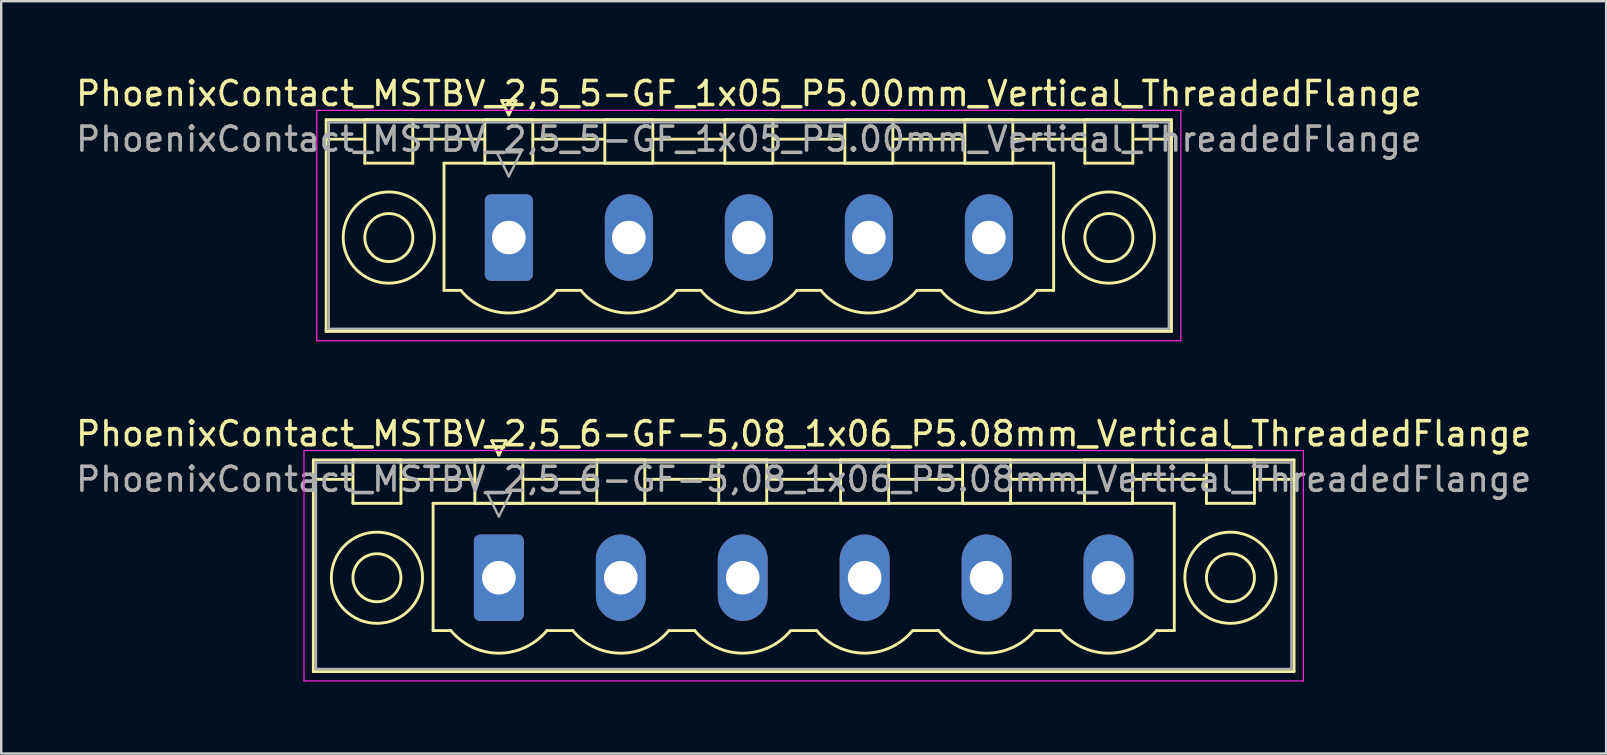
<source format=kicad_pcb>
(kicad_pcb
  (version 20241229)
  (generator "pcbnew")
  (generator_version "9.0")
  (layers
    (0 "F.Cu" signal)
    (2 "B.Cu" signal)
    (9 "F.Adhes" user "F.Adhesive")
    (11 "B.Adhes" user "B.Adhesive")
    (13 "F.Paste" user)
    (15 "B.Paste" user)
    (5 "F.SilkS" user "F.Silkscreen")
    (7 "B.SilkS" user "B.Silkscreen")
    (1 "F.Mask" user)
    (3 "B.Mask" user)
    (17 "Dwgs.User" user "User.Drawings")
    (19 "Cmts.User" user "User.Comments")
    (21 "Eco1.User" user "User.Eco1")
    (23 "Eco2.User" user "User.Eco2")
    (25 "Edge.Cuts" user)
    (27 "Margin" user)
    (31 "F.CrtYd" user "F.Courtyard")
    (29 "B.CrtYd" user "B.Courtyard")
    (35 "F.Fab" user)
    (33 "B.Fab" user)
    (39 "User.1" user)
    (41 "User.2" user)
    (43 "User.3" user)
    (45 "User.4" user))
  (footprint "PhoenixContact_MSTBV_2,5_6-GF-5,08_1x06_P5.08mm_Vertical_ThreadedFlange"
    (layer "F.Cu")
    (at 17.735 21.021)
    (property "Reference" "PhoenixContact_MSTBV_2,5_6-GF-5,08_1x06_P5.08mm_Vertical_ThreadedFlange" (at 12.7 -6 0) (layer "F.SilkS") (effects (font (size 1 1) (thickness 0.15))))
    (attr through_hole)
    (fp_line (start -7.73 -4.91) (end -7.73 3.91) (stroke (width 0.12) (type solid)) (layer "F.SilkS"))
    (fp_line (start -7.73 -4.1) (end -6.19 -4.1) (stroke (width 0.12) (type solid)) (layer "F.SilkS"))
    (fp_line (start -7.73 3.91) (end 33.13 3.91) (stroke (width 0.12) (type solid)) (layer "F.SilkS"))
    (fp_line (start -6.08 -4.91) (end -4.08 -4.91) (stroke (width 0.12) (type solid)) (layer "F.SilkS"))
    (fp_line (start -6.08 -3.1) (end -6.08 -4.91) (stroke (width 0.12) (type solid)) (layer "F.SilkS"))
    (fp_line (start -4.08 -4.91) (end -4.08 -3.1) (stroke (width 0.12) (type solid)) (layer "F.SilkS"))
    (fp_line (start -4.08 -4.1) (end -1 -4.1) (stroke (width 0.12) (type solid)) (layer "F.SilkS"))
    (fp_line (start -4.08 -3.1) (end -6.08 -3.1) (stroke (width 0.12) (type solid)) (layer "F.SilkS"))
    (fp_line (start -2.74 -3.1) (end 28.14 -3.1) (stroke (width 0.12) (type solid)) (layer "F.SilkS"))
    (fp_line (start -2.74 2.2) (end -2.74 -3.1) (stroke (width 0.12) (type solid)) (layer "F.SilkS"))
    (fp_line (start -2 2.2) (end -2.74 2.2) (stroke (width 0.12) (type solid)) (layer "F.SilkS"))
    (fp_line (start -1 -4.91) (end 1 -4.91) (stroke (width 0.12) (type solid)) (layer "F.SilkS"))
    (fp_line (start -1 -3.1) (end -1 -4.91) (stroke (width 0.12) (type solid)) (layer "F.SilkS"))
    (fp_line (start -0.3 -5.71) (end 0.3 -5.71) (stroke (width 0.12) (type solid)) (layer "F.SilkS"))
    (fp_line (start 0 -5.11) (end -0.3 -5.71) (stroke (width 0.12) (type solid)) (layer "F.SilkS"))
    (fp_line (start 0.3 -5.71) (end 0 -5.11) (stroke (width 0.12) (type solid)) (layer "F.SilkS"))
    (fp_line (start 1 -4.91) (end 1 -3.1) (stroke (width 0.12) (type solid)) (layer "F.SilkS"))
    (fp_line (start 1 -4.1) (end 4.08 -4.1) (stroke (width 0.12) (type solid)) (layer "F.SilkS"))
    (fp_line (start 1 -3.1) (end -1 -3.1) (stroke (width 0.12) (type solid)) (layer "F.SilkS"))
    (fp_line (start 2 2.2) (end 3.08 2.2) (stroke (width 0.12) (type solid)) (layer "F.SilkS"))
    (fp_line (start 4.08 -4.91) (end 6.08 -4.91) (stroke (width 0.12) (type solid)) (layer "F.SilkS"))
    (fp_line (start 4.08 -3.1) (end 4.08 -4.91) (stroke (width 0.12) (type solid)) (layer "F.SilkS"))
    (fp_line (start 6.08 -4.91) (end 6.08 -3.1) (stroke (width 0.12) (type solid)) (layer "F.SilkS"))
    (fp_line (start 6.08 -4.1) (end 9.16 -4.1) (stroke (width 0.12) (type solid)) (layer "F.SilkS"))
    (fp_line (start 6.08 -3.1) (end 4.08 -3.1) (stroke (width 0.12) (type solid)) (layer "F.SilkS"))
    (fp_line (start 7.08 2.2) (end 8.16 2.2) (stroke (width 0.12) (type solid)) (layer "F.SilkS"))
    (fp_line (start 9.16 -4.91) (end 11.16 -4.91) (stroke (width 0.12) (type solid)) (layer "F.SilkS"))
    (fp_line (start 9.16 -3.1) (end 9.16 -4.91) (stroke (width 0.12) (type solid)) (layer "F.SilkS"))
    (fp_line (start 11.16 -4.91) (end 11.16 -3.1) (stroke (width 0.12) (type solid)) (layer "F.SilkS"))
    (fp_line (start 11.16 -4.1) (end 14.24 -4.1) (stroke (width 0.12) (type solid)) (layer "F.SilkS"))
    (fp_line (start 11.16 -3.1) (end 9.16 -3.1) (stroke (width 0.12) (type solid)) (layer "F.SilkS"))
    (fp_line (start 12.16 2.2) (end 13.24 2.2) (stroke (width 0.12) (type solid)) (layer "F.SilkS"))
    (fp_line (start 14.24 -4.91) (end 16.24 -4.91) (stroke (width 0.12) (type solid)) (layer "F.SilkS"))
    (fp_line (start 14.24 -3.1) (end 14.24 -4.91) (stroke (width 0.12) (type solid)) (layer "F.SilkS"))
    (fp_line (start 16.24 -4.91) (end 16.24 -3.1) (stroke (width 0.12) (type solid)) (layer "F.SilkS"))
    (fp_line (start 16.24 -4.1) (end 19.32 -4.1) (stroke (width 0.12) (type solid)) (layer "F.SilkS"))
    (fp_line (start 16.24 -3.1) (end 14.24 -3.1) (stroke (width 0.12) (type solid)) (layer "F.SilkS"))
    (fp_line (start 17.24 2.2) (end 18.32 2.2) (stroke (width 0.12) (type solid)) (layer "F.SilkS"))
    (fp_line (start 19.32 -4.91) (end 21.32 -4.91) (stroke (width 0.12) (type solid)) (layer "F.SilkS"))
    (fp_line (start 19.32 -3.1) (end 19.32 -4.91) (stroke (width 0.12) (type solid)) (layer "F.SilkS"))
    (fp_line (start 21.32 -4.91) (end 21.32 -3.1) (stroke (width 0.12) (type solid)) (layer "F.SilkS"))
    (fp_line (start 21.32 -4.1) (end 24.4 -4.1) (stroke (width 0.12) (type solid)) (layer "F.SilkS"))
    (fp_line (start 21.32 -3.1) (end 19.32 -3.1) (stroke (width 0.12) (type solid)) (layer "F.SilkS"))
    (fp_line (start 22.32 2.2) (end 23.4 2.2) (stroke (width 0.12) (type solid)) (layer "F.SilkS"))
    (fp_line (start 24.4 -4.91) (end 26.4 -4.91) (stroke (width 0.12) (type solid)) (layer "F.SilkS"))
    (fp_line (start 24.4 -3.1) (end 24.4 -4.91) (stroke (width 0.12) (type solid)) (layer "F.SilkS"))
    (fp_line (start 26.4 -4.91) (end 26.4 -3.1) (stroke (width 0.12) (type solid)) (layer "F.SilkS"))
    (fp_line (start 26.4 -4.1) (end 29.48 -4.1) (stroke (width 0.12) (type solid)) (layer "F.SilkS"))
    (fp_line (start 26.4 -3.1) (end 24.4 -3.1) (stroke (width 0.12) (type solid)) (layer "F.SilkS"))
    (fp_line (start 28.14 -3.1) (end 28.14 2.2) (stroke (width 0.12) (type solid)) (layer "F.SilkS"))
    (fp_line (start 28.14 2.2) (end 27.4 2.2) (stroke (width 0.12) (type solid)) (layer "F.SilkS"))
    (fp_line (start 29.48 -4.91) (end 31.48 -4.91) (stroke (width 0.12) (type solid)) (layer "F.SilkS"))
    (fp_line (start 29.48 -3.1) (end 29.48 -4.91) (stroke (width 0.12) (type solid)) (layer "F.SilkS"))
    (fp_line (start 31.48 -4.91) (end 31.48 -3.1) (stroke (width 0.12) (type solid)) (layer "F.SilkS"))
    (fp_line (start 31.48 -3.1) (end 29.48 -3.1) (stroke (width 0.12) (type solid)) (layer "F.SilkS"))
    (fp_line (start 33.13 -4.91) (end -7.73 -4.91) (stroke (width 0.12) (type solid)) (layer "F.SilkS"))
    (fp_line (start 33.13 -4.1) (end 31.59 -4.1) (stroke (width 0.12) (type solid)) (layer "F.SilkS"))
    (fp_line (start 33.13 3.91) (end 33.13 -4.91) (stroke (width 0.12) (type solid)) (layer "F.SilkS"))
    (fp_arc (start 1.986842 2.215821) (mid -0.010289 3.142758) (end -2 2.2) (stroke (width 0.12) (type solid)) (layer "F.SilkS"))
    (fp_arc (start 7.066842 2.215821) (mid 5.069711 3.142758) (end 3.08 2.2) (stroke (width 0.12) (type solid)) (layer "F.SilkS"))
    (fp_arc (start 12.146842 2.215821) (mid 10.149711 3.142758) (end 8.16 2.2) (stroke (width 0.12) (type solid)) (layer "F.SilkS"))
    (fp_arc (start 17.226842 2.215821) (mid 15.229711 3.142758) (end 13.24 2.2) (stroke (width 0.12) (type solid)) (layer "F.SilkS"))
    (fp_arc (start 22.306842 2.215821) (mid 20.309711 3.142758) (end 18.32 2.2) (stroke (width 0.12) (type solid)) (layer "F.SilkS"))
    (fp_arc (start 27.386842 2.215821) (mid 25.389711 3.142758) (end 23.4 2.2) (stroke (width 0.12) (type solid)) (layer "F.SilkS"))
    (fp_circle (center -5.08 0) (end -4.08 0) (stroke (width 0.12) (type solid)) (fill no) (layer "F.SilkS"))
    (fp_circle (center -5.08 0) (end -3.18 0) (stroke (width 0.12) (type solid)) (fill no) (layer "F.SilkS"))
    (fp_circle (center 30.48 0) (end 31.48 0) (stroke (width 0.12) (type solid)) (fill no) (layer "F.SilkS"))
    (fp_circle (center 30.48 0) (end 32.38 0) (stroke (width 0.12) (type solid)) (fill no) (layer "F.SilkS"))
    (fp_line (start -8.12 -5.3) (end -8.12 4.3) (stroke (width 0.05) (type solid)) (layer "F.CrtYd"))
    (fp_line (start -8.12 4.3) (end 33.52 4.3) (stroke (width 0.05) (type solid)) (layer "F.CrtYd"))
    (fp_line (start 33.52 -5.3) (end -8.12 -5.3) (stroke (width 0.05) (type solid)) (layer "F.CrtYd"))
    (fp_line (start 33.52 4.3) (end 33.52 -5.3) (stroke (width 0.05) (type solid)) (layer "F.CrtYd"))
    (fp_line (start -7.62 -4.8) (end -7.62 3.8) (stroke (width 0.1) (type solid)) (layer "F.Fab"))
    (fp_line (start -7.62 3.8) (end 33.02 3.8) (stroke (width 0.1) (type solid)) (layer "F.Fab"))
    (fp_line (start -0.5 -3.55) (end 0.5 -3.55) (stroke (width 0.1) (type solid)) (layer "F.Fab"))
    (fp_line (start 0 -2.55) (end -0.5 -3.55) (stroke (width 0.1) (type solid)) (layer "F.Fab"))
    (fp_line (start 0.5 -3.55) (end 0 -2.55) (stroke (width 0.1) (type solid)) (layer "F.Fab"))
    (fp_line (start 33.02 -4.8) (end -7.62 -4.8) (stroke (width 0.1) (type solid)) (layer "F.Fab"))
    (fp_line (start 33.02 3.8) (end 33.02 -4.8) (stroke (width 0.1) (type solid)) (layer "F.Fab"))
    (fp_text user "${REFERENCE}" (at 12.7 -4.1 0) (layer "F.Fab") (effects (font (size 1 1) (thickness 0.15))))
    (pad "1" thru_hole roundrect (at 0 0) (size 2.08 3.6) (drill 1.4) (layers "*.Cu" "*.Mask") (roundrect_rratio 0.12))
    (pad "2" thru_hole oval (at 5.08 0) (size 2.08 3.6) (drill 1.4) (layers "*.Cu" "*.Mask"))
    (pad "3" thru_hole oval (at 10.16 0) (size 2.08 3.6) (drill 1.4) (layers "*.Cu" "*.Mask"))
    (pad "4" thru_hole oval (at 15.24 0) (size 2.08 3.6) (drill 1.4) (layers "*.Cu" "*.Mask"))
    (pad "5" thru_hole oval (at 20.32 0) (size 2.08 3.6) (drill 1.4) (layers "*.Cu" "*.Mask"))
    (pad "6" thru_hole oval (at 25.4 0) (size 2.08 3.6) (drill 1.4) (layers "*.Cu" "*.Mask")))
  (footprint "PhoenixContact_MSTBV_2,5_5-GF_1x05_P5.00mm_Vertical_ThreadedFlange"
    (layer "F.Cu")
    (at 18.149 6.848)
    (property "Reference" "PhoenixContact_MSTBV_2,5_5-GF_1x05_P5.00mm_Vertical_ThreadedFlange" (at 10 -6 0) (layer "F.SilkS") (effects (font (size 1 1) (thickness 0.15))))
    (attr through_hole)
    (fp_line (start -7.61 -4.91) (end -7.61 3.91) (stroke (width 0.12) (type solid)) (layer "F.SilkS"))
    (fp_line (start -7.61 -4.1) (end -6.11 -4.1) (stroke (width 0.12) (type solid)) (layer "F.SilkS"))
    (fp_line (start -7.61 3.91) (end 27.61 3.91) (stroke (width 0.12) (type solid)) (layer "F.SilkS"))
    (fp_line (start -6 -4.91) (end -4 -4.91) (stroke (width 0.12) (type solid)) (layer "F.SilkS"))
    (fp_line (start -6 -3.1) (end -6 -4.91) (stroke (width 0.12) (type solid)) (layer "F.SilkS"))
    (fp_line (start -4 -4.91) (end -4 -3.1) (stroke (width 0.12) (type solid)) (layer "F.SilkS"))
    (fp_line (start -4 -4.1) (end -1 -4.1) (stroke (width 0.12) (type solid)) (layer "F.SilkS"))
    (fp_line (start -4 -3.1) (end -6 -3.1) (stroke (width 0.12) (type solid)) (layer "F.SilkS"))
    (fp_line (start -2.7 -3.1) (end 22.7 -3.1) (stroke (width 0.12) (type solid)) (layer "F.SilkS"))
    (fp_line (start -2.7 2.2) (end -2.7 -3.1) (stroke (width 0.12) (type solid)) (layer "F.SilkS"))
    (fp_line (start -2 2.2) (end -2.7 2.2) (stroke (width 0.12) (type solid)) (layer "F.SilkS"))
    (fp_line (start -1 -4.91) (end 1 -4.91) (stroke (width 0.12) (type solid)) (layer "F.SilkS"))
    (fp_line (start -1 -3.1) (end -1 -4.91) (stroke (width 0.12) (type solid)) (layer "F.SilkS"))
    (fp_line (start -0.3 -5.71) (end 0.3 -5.71) (stroke (width 0.12) (type solid)) (layer "F.SilkS"))
    (fp_line (start 0 -5.11) (end -0.3 -5.71) (stroke (width 0.12) (type solid)) (layer "F.SilkS"))
    (fp_line (start 0.3 -5.71) (end 0 -5.11) (stroke (width 0.12) (type solid)) (layer "F.SilkS"))
    (fp_line (start 1 -4.91) (end 1 -3.1) (stroke (width 0.12) (type solid)) (layer "F.SilkS"))
    (fp_line (start 1 -4.1) (end 4 -4.1) (stroke (width 0.12) (type solid)) (layer "F.SilkS"))
    (fp_line (start 1 -3.1) (end -1 -3.1) (stroke (width 0.12) (type solid)) (layer "F.SilkS"))
    (fp_line (start 2 2.2) (end 3 2.2) (stroke (width 0.12) (type solid)) (layer "F.SilkS"))
    (fp_line (start 4 -4.91) (end 6 -4.91) (stroke (width 0.12) (type solid)) (layer "F.SilkS"))
    (fp_line (start 4 -3.1) (end 4 -4.91) (stroke (width 0.12) (type solid)) (layer "F.SilkS"))
    (fp_line (start 6 -4.91) (end 6 -3.1) (stroke (width 0.12) (type solid)) (layer "F.SilkS"))
    (fp_line (start 6 -4.1) (end 9 -4.1) (stroke (width 0.12) (type solid)) (layer "F.SilkS"))
    (fp_line (start 6 -3.1) (end 4 -3.1) (stroke (width 0.12) (type solid)) (layer "F.SilkS"))
    (fp_line (start 7 2.2) (end 8 2.2) (stroke (width 0.12) (type solid)) (layer "F.SilkS"))
    (fp_line (start 9 -4.91) (end 11 -4.91) (stroke (width 0.12) (type solid)) (layer "F.SilkS"))
    (fp_line (start 9 -3.1) (end 9 -4.91) (stroke (width 0.12) (type solid)) (layer "F.SilkS"))
    (fp_line (start 11 -4.91) (end 11 -3.1) (stroke (width 0.12) (type solid)) (layer "F.SilkS"))
    (fp_line (start 11 -4.1) (end 14 -4.1) (stroke (width 0.12) (type solid)) (layer "F.SilkS"))
    (fp_line (start 11 -3.1) (end 9 -3.1) (stroke (width 0.12) (type solid)) (layer "F.SilkS"))
    (fp_line (start 12 2.2) (end 13 2.2) (stroke (width 0.12) (type solid)) (layer "F.SilkS"))
    (fp_line (start 14 -4.91) (end 16 -4.91) (stroke (width 0.12) (type solid)) (layer "F.SilkS"))
    (fp_line (start 14 -3.1) (end 14 -4.91) (stroke (width 0.12) (type solid)) (layer "F.SilkS"))
    (fp_line (start 16 -4.91) (end 16 -3.1) (stroke (width 0.12) (type solid)) (layer "F.SilkS"))
    (fp_line (start 16 -4.1) (end 19 -4.1) (stroke (width 0.12) (type solid)) (layer "F.SilkS"))
    (fp_line (start 16 -3.1) (end 14 -3.1) (stroke (width 0.12) (type solid)) (layer "F.SilkS"))
    (fp_line (start 17 2.2) (end 18 2.2) (stroke (width 0.12) (type solid)) (layer "F.SilkS"))
    (fp_line (start 19 -4.91) (end 21 -4.91) (stroke (width 0.12) (type solid)) (layer "F.SilkS"))
    (fp_line (start 19 -3.1) (end 19 -4.91) (stroke (width 0.12) (type solid)) (layer "F.SilkS"))
    (fp_line (start 21 -4.91) (end 21 -3.1) (stroke (width 0.12) (type solid)) (layer "F.SilkS"))
    (fp_line (start 21 -4.1) (end 24 -4.1) (stroke (width 0.12) (type solid)) (layer "F.SilkS"))
    (fp_line (start 21 -3.1) (end 19 -3.1) (stroke (width 0.12) (type solid)) (layer "F.SilkS"))
    (fp_line (start 22.7 -3.1) (end 22.7 2.2) (stroke (width 0.12) (type solid)) (layer "F.SilkS"))
    (fp_line (start 22.7 2.2) (end 22 2.2) (stroke (width 0.12) (type solid)) (layer "F.SilkS"))
    (fp_line (start 24 -4.91) (end 26 -4.91) (stroke (width 0.12) (type solid)) (layer "F.SilkS"))
    (fp_line (start 24 -3.1) (end 24 -4.91) (stroke (width 0.12) (type solid)) (layer "F.SilkS"))
    (fp_line (start 26 -4.91) (end 26 -3.1) (stroke (width 0.12) (type solid)) (layer "F.SilkS"))
    (fp_line (start 26 -3.1) (end 24 -3.1) (stroke (width 0.12) (type solid)) (layer "F.SilkS"))
    (fp_line (start 27.61 -4.91) (end -7.61 -4.91) (stroke (width 0.12) (type solid)) (layer "F.SilkS"))
    (fp_line (start 27.61 -4.1) (end 26.11 -4.1) (stroke (width 0.12) (type solid)) (layer "F.SilkS"))
    (fp_line (start 27.61 3.91) (end 27.61 -4.91) (stroke (width 0.12) (type solid)) (layer "F.SilkS"))
    (fp_arc (start 1.986842 2.215821) (mid -0.010289 3.142758) (end -2 2.2) (stroke (width 0.12) (type solid)) (layer "F.SilkS"))
    (fp_arc (start 6.986842 2.215821) (mid 4.989711 3.142758) (end 3 2.2) (stroke (width 0.12) (type solid)) (layer "F.SilkS"))
    (fp_arc (start 11.986842 2.215821) (mid 9.989711 3.142758) (end 8 2.2) (stroke (width 0.12) (type solid)) (layer "F.SilkS"))
    (fp_arc (start 16.986842 2.215821) (mid 14.989711 3.142758) (end 13 2.2) (stroke (width 0.12) (type solid)) (layer "F.SilkS"))
    (fp_arc (start 21.986842 2.215821) (mid 19.989711 3.142758) (end 18 2.2) (stroke (width 0.12) (type solid)) (layer "F.SilkS"))
    (fp_circle (center -5 0) (end -4 0) (stroke (width 0.12) (type solid)) (fill no) (layer "F.SilkS"))
    (fp_circle (center -5 0) (end -3.1 0) (stroke (width 0.12) (type solid)) (fill no) (layer "F.SilkS"))
    (fp_circle (center 25 0) (end 26 0) (stroke (width 0.12) (type solid)) (fill no) (layer "F.SilkS"))
    (fp_circle (center 25 0) (end 26.9 0) (stroke (width 0.12) (type solid)) (fill no) (layer "F.SilkS"))
    (fp_line (start -8 -5.3) (end -8 4.3) (stroke (width 0.05) (type solid)) (layer "F.CrtYd"))
    (fp_line (start -8 4.3) (end 28 4.3) (stroke (width 0.05) (type solid)) (layer "F.CrtYd"))
    (fp_line (start 28 -5.3) (end -8 -5.3) (stroke (width 0.05) (type solid)) (layer "F.CrtYd"))
    (fp_line (start 28 4.3) (end 28 -5.3) (stroke (width 0.05) (type solid)) (layer "F.CrtYd"))
    (fp_line (start -7.5 -4.8) (end -7.5 3.8) (stroke (width 0.1) (type solid)) (layer "F.Fab"))
    (fp_line (start -7.5 3.8) (end 27.5 3.8) (stroke (width 0.1) (type solid)) (layer "F.Fab"))
    (fp_line (start -0.5 -3.55) (end 0.5 -3.55) (stroke (width 0.1) (type solid)) (layer "F.Fab"))
    (fp_line (start 0 -2.55) (end -0.5 -3.55) (stroke (width 0.1) (type solid)) (layer "F.Fab"))
    (fp_line (start 0.5 -3.55) (end 0 -2.55) (stroke (width 0.1) (type solid)) (layer "F.Fab"))
    (fp_line (start 27.5 -4.8) (end -7.5 -4.8) (stroke (width 0.1) (type solid)) (layer "F.Fab"))
    (fp_line (start 27.5 3.8) (end 27.5 -4.8) (stroke (width 0.1) (type solid)) (layer "F.Fab"))
    (fp_text user "${REFERENCE}" (at 10 -4.1 0) (layer "F.Fab") (effects (font (size 1 1) (thickness 0.15))))
    (pad "1" thru_hole roundrect (at 0 0) (size 2 3.6) (drill 1.4) (layers "*.Cu" "*.Mask") (roundrect_rratio 0.125))
    (pad "2" thru_hole oval (at 5 0) (size 2 3.6) (drill 1.4) (layers "*.Cu" "*.Mask"))
    (pad "3" thru_hole oval (at 10 0) (size 2 3.6) (drill 1.4) (layers "*.Cu" "*.Mask"))
    (pad "4" thru_hole oval (at 15 0) (size 2 3.6) (drill 1.4) (layers "*.Cu" "*.Mask"))
    (pad "5" thru_hole oval (at 20 0) (size 2 3.6) (drill 1.4) (layers "*.Cu" "*.Mask")))
  (gr_rect
    (start -3 -3)
    (end 63.869 28.346)
    (stroke (width 0.1) (type default))
    (fill no)
    (layer "Edge.Cuts")))
</source>
